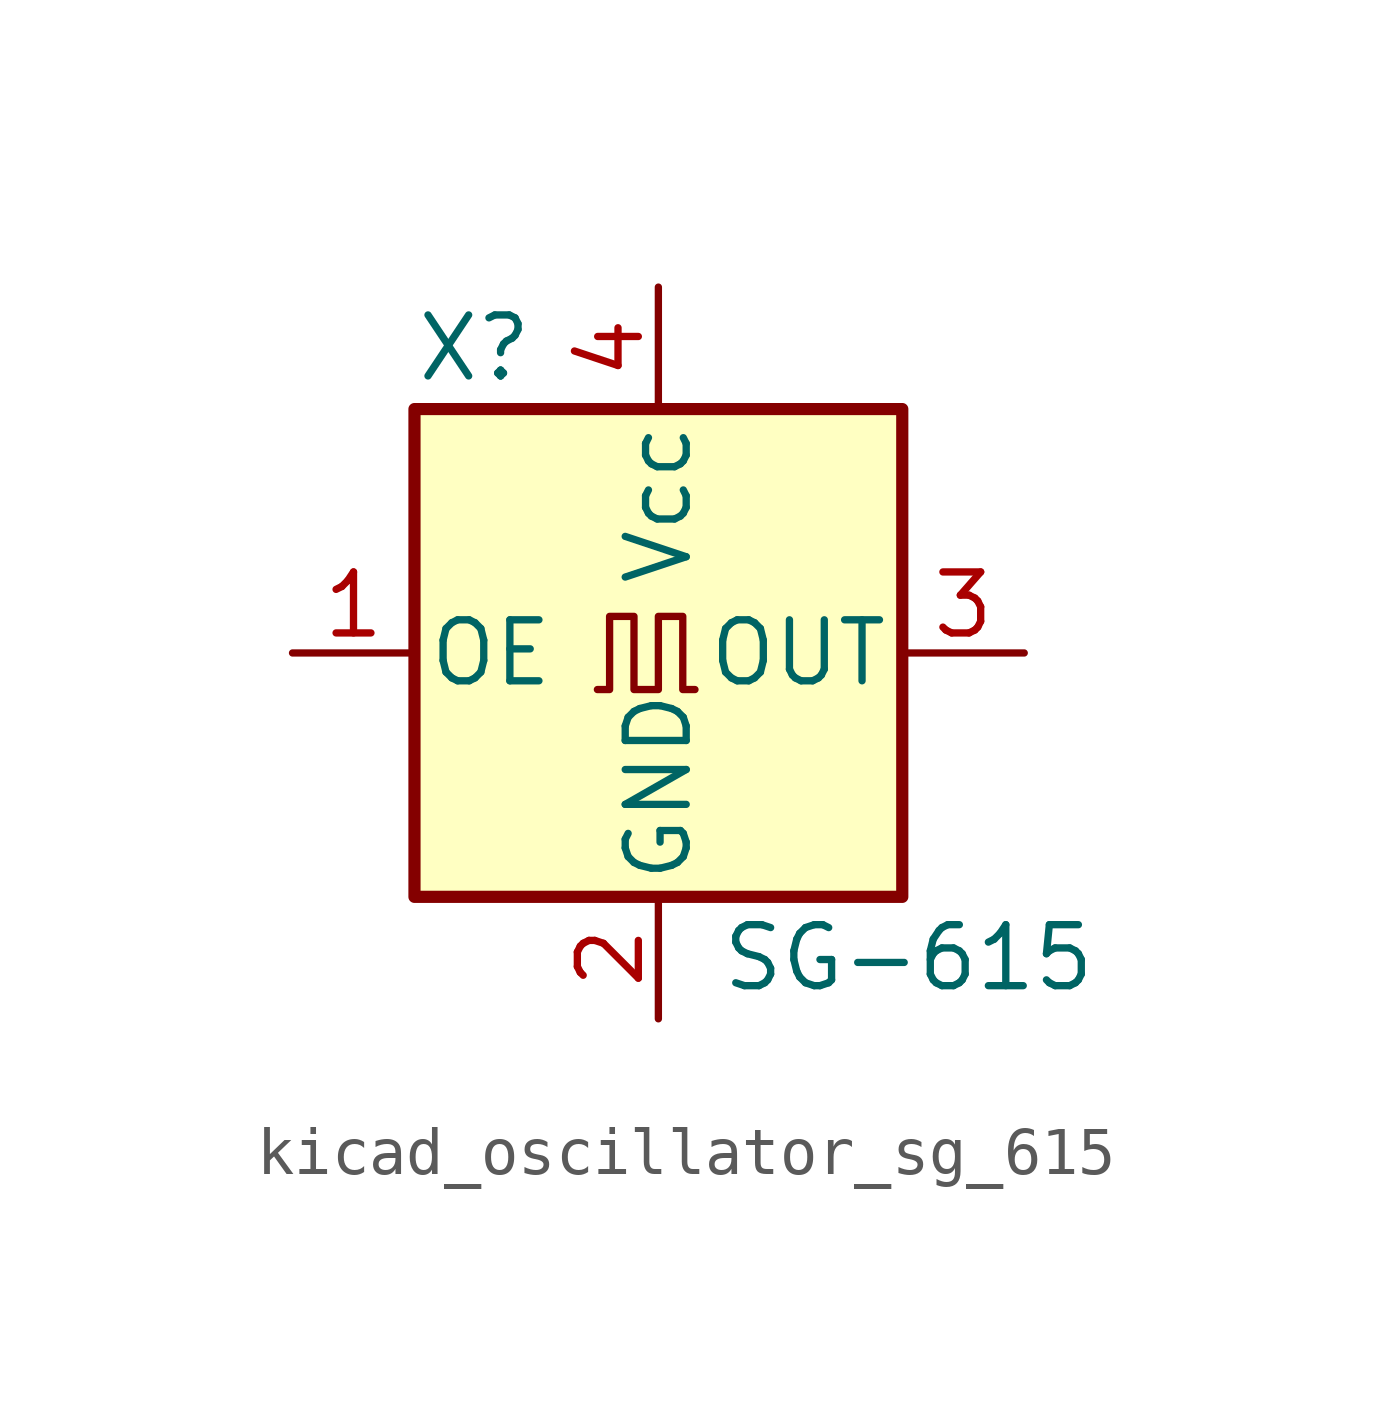
<source format=kicad_sym>
(kicad_symbol_lib
  (version 20220914)
  (generator kicad_symbol_editor)
  (symbol "kicad_oscillator_sg_615"
    (pin_names
      (offset 0.254))
    (property "Reference" "X"
      (at -5.08 6.35 0)
      (effects (font (size 1.27 1.27)) (justify left)))
    (property "Value" "SG-615"
      (at 1.27 -6.35 0)
      (effects (font (size 1.27 1.27)) (justify left)))
    (symbol "kicad_oscillator_sg_615_0_1"
      (rectangle (start -5.08 5.08) (end 5.08 -5.08) (stroke (width 0.254) (type default)) (fill (type background)))
      (polyline (pts (xy -1.27 -0.762) (xy -1.016 -0.762) (xy -1.016 0.762) (xy -0.508 0.762) (xy -0.508 -0.762) (xy 0 -0.762) (xy 0 0.762) (xy 0.508 0.762) (xy 0.508 -0.762) (xy 0.762 -0.762)) (stroke (width 0) (type default)) (fill (type none))))
    (symbol "kicad_oscillator_sg_615_1_1"
      (pin input line (at -7.62 0 0) (length 2.54) (name "OE" (effects (font (size 1.27 1.27)))) (number "1" (effects (font (size 1.27 1.27)))))
      (pin power_in line (at 0 -7.62 90) (length 2.54) (name "GND" (effects (font (size 1.27 1.27)))) (number "2" (effects (font (size 1.27 1.27)))))
      (pin output line (at 7.62 0 180) (length 2.54) (name "OUT" (effects (font (size 1.27 1.27)))) (number "3" (effects (font (size 1.27 1.27)))))
      (pin power_in line (at 0 7.62 270) (length 2.54) (name "Vcc" (effects (font (size 1.27 1.27)))) (number "4" (effects (font (size 1.27 1.27))))))))
</source>
